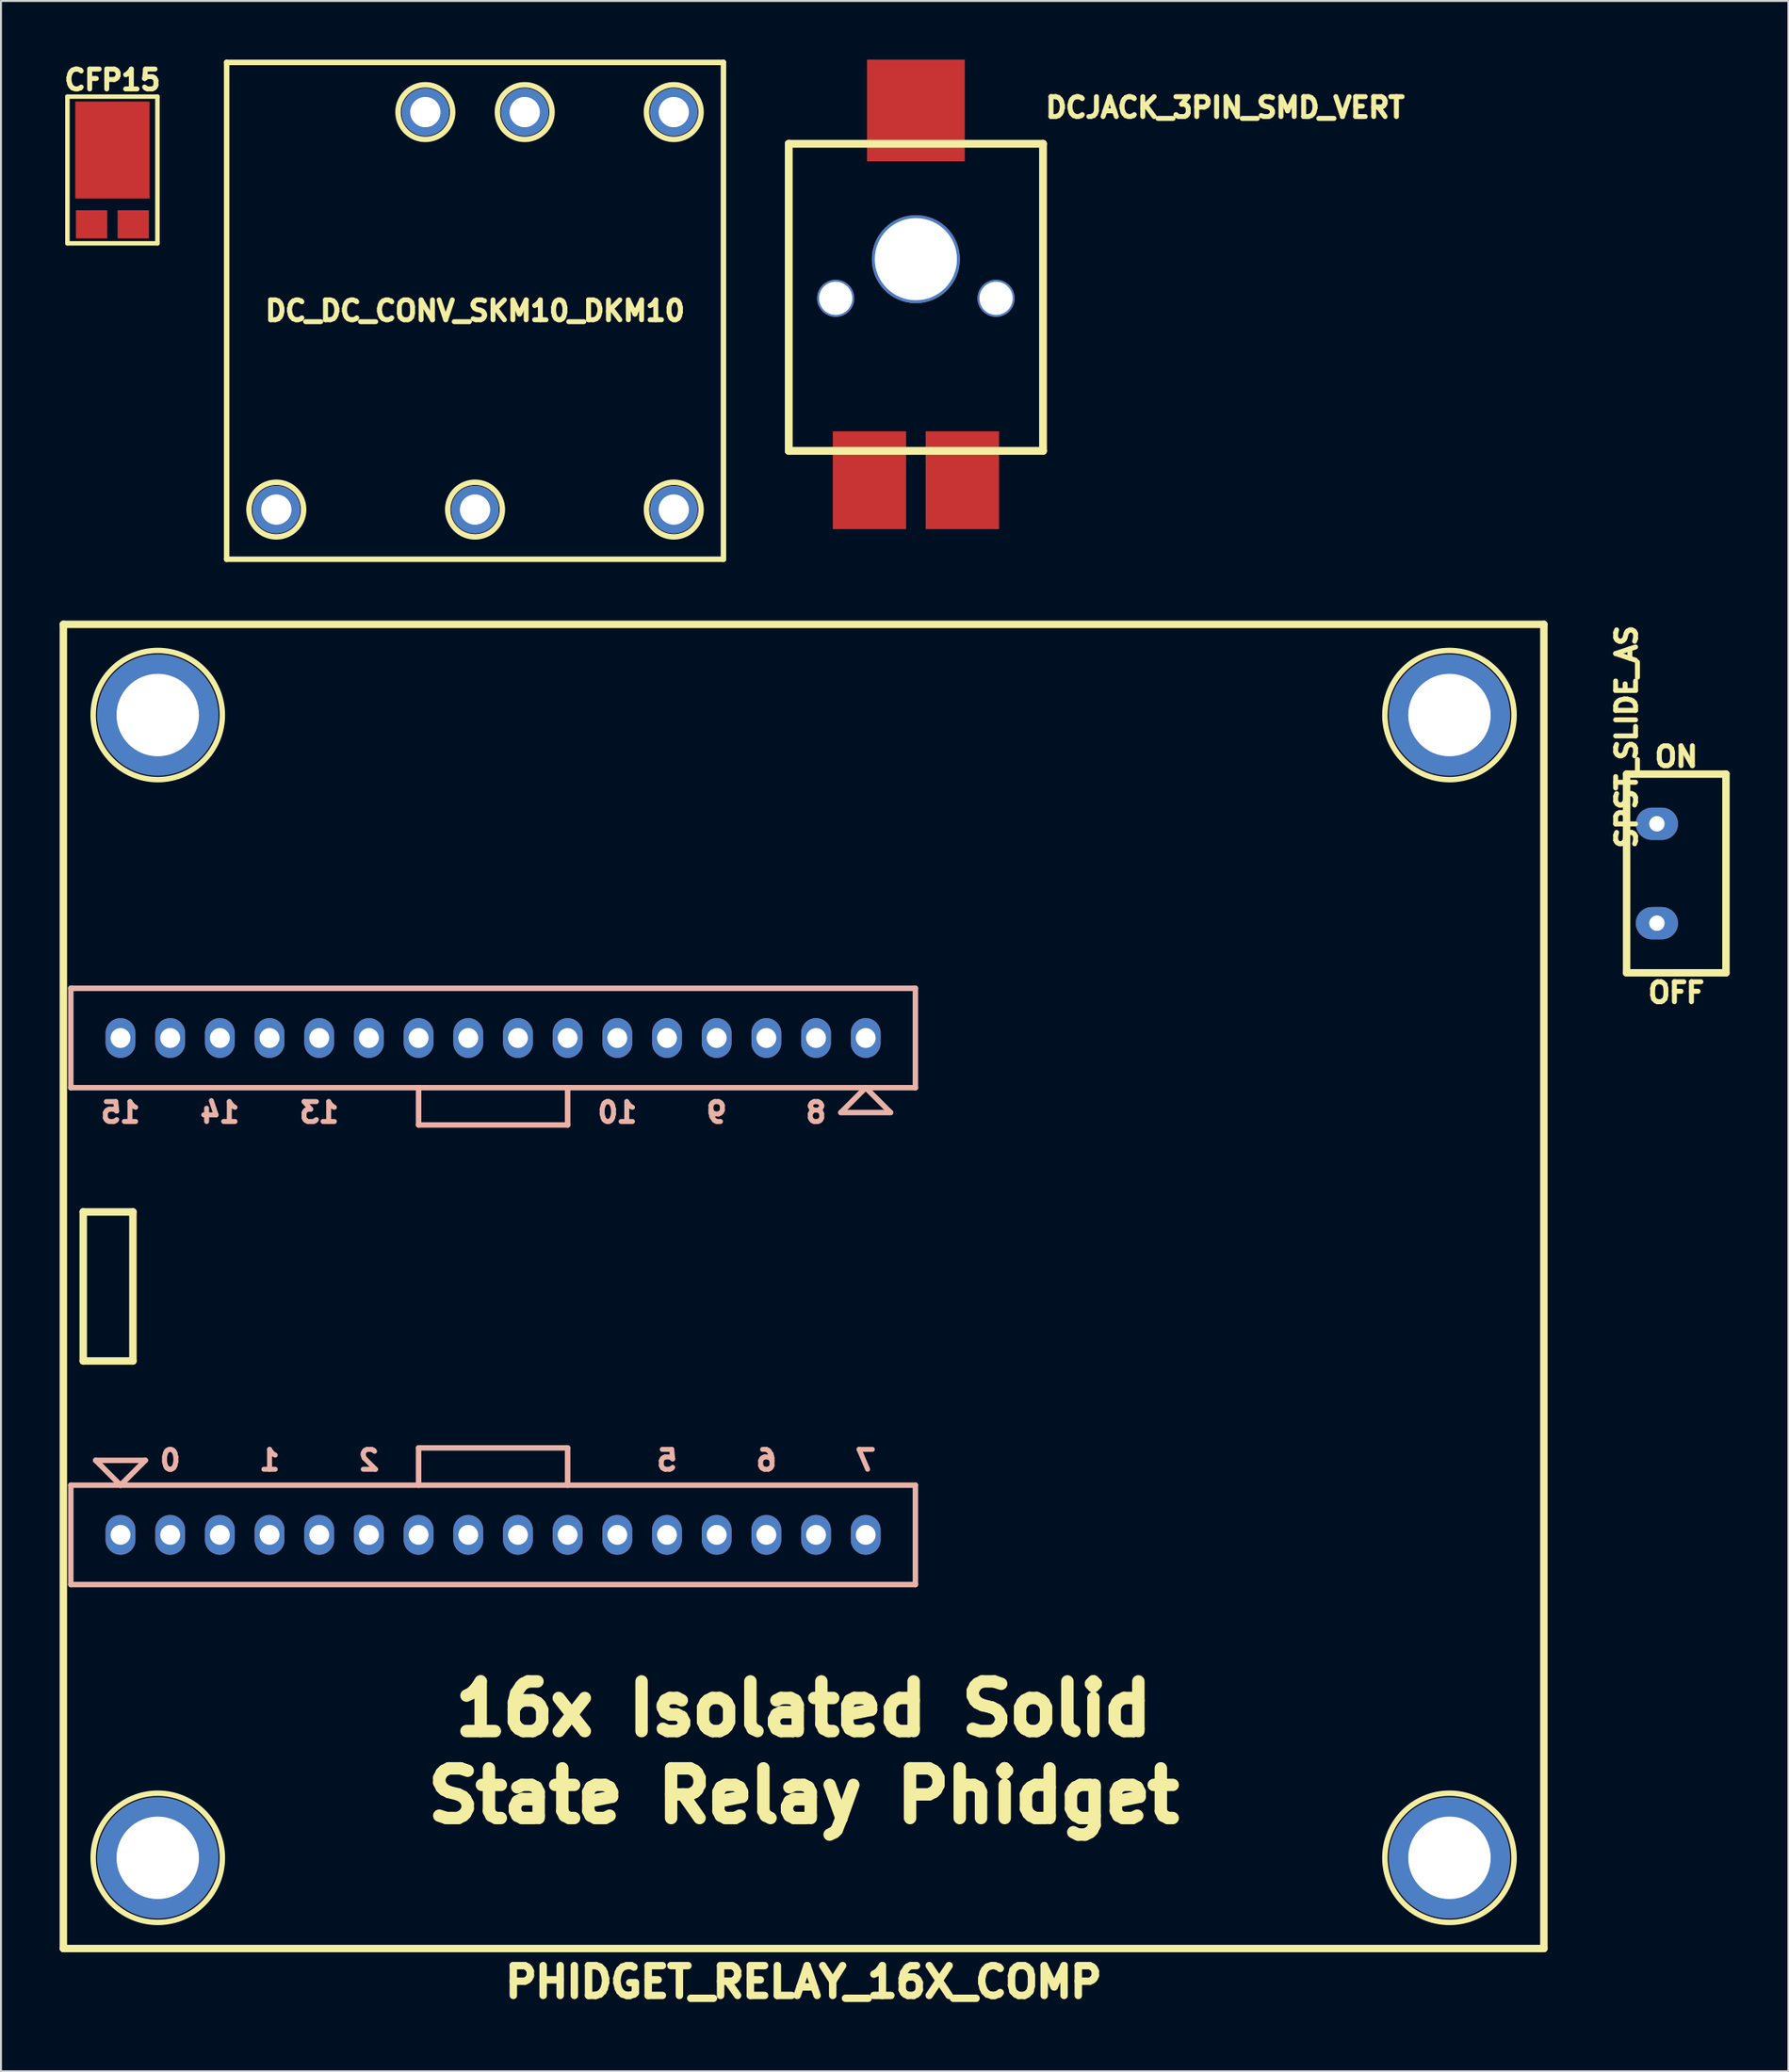
<source format=kicad_pcb>
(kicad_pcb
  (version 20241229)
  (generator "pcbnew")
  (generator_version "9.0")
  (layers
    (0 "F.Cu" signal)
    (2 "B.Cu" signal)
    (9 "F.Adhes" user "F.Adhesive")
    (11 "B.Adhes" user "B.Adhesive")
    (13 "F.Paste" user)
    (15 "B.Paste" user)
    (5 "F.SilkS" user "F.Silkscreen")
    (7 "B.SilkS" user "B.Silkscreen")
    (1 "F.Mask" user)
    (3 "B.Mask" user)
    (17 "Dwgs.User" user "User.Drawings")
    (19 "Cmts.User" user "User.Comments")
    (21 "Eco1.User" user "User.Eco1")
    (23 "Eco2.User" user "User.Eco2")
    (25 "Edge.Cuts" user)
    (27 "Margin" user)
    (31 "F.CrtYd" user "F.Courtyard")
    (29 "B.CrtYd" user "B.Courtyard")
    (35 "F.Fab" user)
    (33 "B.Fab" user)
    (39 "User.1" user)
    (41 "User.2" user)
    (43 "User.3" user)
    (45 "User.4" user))
  (footprint "DCJACK_3PIN_SMD_VERT"
    (layer "F.Cu")
    (at 43.776 10.2)
    (property "Reference" "DCJACK_3PIN_SMD_VERT" (at 6.5 -7.75 180) (layer "F.SilkS") (effects (font (size 1.016 1.016) (thickness 0.254)) (justify left)))
    (attr through_hole)
    (fp_line (start -6.5 -5.9) (end -6.5 9.8) (stroke (width 0.4) (type solid)) (layer "F.SilkS"))
    (fp_line (start -6.5 -5.9) (end 6.5 -5.9) (stroke (width 0.4) (type solid)) (layer "F.SilkS"))
    (fp_line (start -6.5 9.8) (end 6.5 9.8) (stroke (width 0.4) (type solid)) (layer "F.SilkS"))
    (fp_line (start 6.5 -5.9) (end 6.5 9.8) (stroke (width 0.4) (type solid)) (layer "F.SilkS"))
    (pad "" thru_hole circle (at -4.1 2) (size 1.9 1.9) (drill 1.7) (layers "*.Cu" "*.Mask"))
    (pad "" thru_hole circle (at 0 0) (size 4.5 4.5) (drill 4.2) (layers "*.Cu" "*.Mask"))
    (pad "" thru_hole circle (at 4.1 2) (size 1.9 1.9) (drill 1.7) (layers "*.Cu" "*.Mask"))
    (pad "1" smd rect (at 0 -7.6) (size 5 5.2) (layers "F.Cu" "F.Mask" "F.Paste"))
    (pad "2" smd rect (at -2.375 11.3) (size 3.75 5) (layers "F.Cu" "F.Mask" "F.Paste"))
    (pad "3" smd rect (at 2.375 11.3) (size 3.75 5) (layers "F.Cu" "F.Mask" "F.Paste")))
  (footprint "SPST_SLIDE_AS"
    (layer "F.Cu")
    (at 82.653 41.604)
    (property "Reference" "SPST_SLIDE_AS" (at -2.54 -6.985 90) (layer "F.SilkS") (effects (font (size 1.016 1.016) (thickness 0.254))))
    (attr through_hole)
    (fp_line (start -2.54 -5.08) (end 2.54 -5.08) (stroke (width 0.381) (type solid)) (layer "F.SilkS"))
    (fp_line (start -2.54 5.08) (end -2.54 -5.08) (stroke (width 0.381) (type solid)) (layer "F.SilkS"))
    (fp_line (start 2.54 -5.08) (end 2.54 5.08) (stroke (width 0.381) (type solid)) (layer "F.SilkS"))
    (fp_line (start 2.54 5.08) (end -2.54 5.08) (stroke (width 0.381) (type solid)) (layer "F.SilkS"))
    (fp_text user "OFF" (at 0 6.096 0) (layer "F.SilkS") (effects (font (size 1.016 1.016) (thickness 0.254))))
    (fp_text user "ON" (at 0 -5.969 0) (layer "F.SilkS") (effects (font (size 1.016 1.016) (thickness 0.254))))
    (pad "1" thru_hole oval (at -0.991 -2.54) (size 2.159 1.651) (drill 0.787) (layers "*.Cu" "*.Mask"))
    (pad "3" thru_hole oval (at -0.991 2.54) (size 2.159 1.651) (drill 0.787) (layers "*.Cu" "*.Mask")))
  (footprint "CFP15"
    (layer "F.Cu")
    (at 2.698 5.64)
    (property "Reference" "CFP15" (at 0 -4.6 180) (layer "F.SilkS") (effects (font (size 1.016 1.016) (thickness 0.254))))
    (attr through_hole)
    (fp_line (start -2.3 -3.75) (end 2.3 -3.75) (stroke (width 0.229) (type solid)) (layer "F.SilkS"))
    (fp_line (start -2.3 3.75) (end -2.3 -3.75) (stroke (width 0.229) (type solid)) (layer "F.SilkS"))
    (fp_line (start 2.3 -3.75) (end 2.3 3.75) (stroke (width 0.229) (type solid)) (layer "F.SilkS"))
    (fp_line (start 2.3 3.75) (end -2.3 3.75) (stroke (width 0.229) (type solid)) (layer "F.SilkS"))
    (pad "1" smd rect (at 0 -1.02 180) (size 3.8 4.96) (layers "F.Cu" "F.Mask" "F.Paste"))
    (pad "2" smd rect (at -1.065 2.78 180) (size 1.6 1.44) (layers "F.Cu" "F.Mask" "F.Paste"))
    (pad "2" smd rect (at 1.065 2.78 180) (size 1.6 1.44) (layers "F.Cu" "F.Mask" "F.Paste")))
  (footprint "PHIDGET_RELAY_16X_COMP"
    (layer "F.Cu")
    (at 38.036 62.715)
    (property "Reference" "PHIDGET_RELAY_16X_COMP" (at 0 35.56 180) (layer "F.SilkS") (effects (font (size 1.524 1.524) (thickness 0.381))))
    (attr through_hole)
    (fp_line (start -37.846 -33.846) (end -37.846 33.846) (stroke (width 0.381) (type solid)) (layer "F.SilkS"))
    (fp_line (start -37.846 33.846) (end 37.846 33.846) (stroke (width 0.381) (type solid)) (layer "F.SilkS"))
    (fp_line (start -36.83 -3.81) (end -36.83 3.81) (stroke (width 0.381) (type solid)) (layer "F.SilkS"))
    (fp_line (start -36.83 -3.81) (end -34.29 -3.81) (stroke (width 0.381) (type solid)) (layer "F.SilkS"))
    (fp_line (start -34.29 -3.81) (end -34.29 3.81) (stroke (width 0.381) (type solid)) (layer "F.SilkS"))
    (fp_line (start -34.29 3.81) (end -36.83 3.81) (stroke (width 0.381) (type solid)) (layer "F.SilkS"))
    (fp_line (start 37.846 -33.846) (end -37.846 -33.846) (stroke (width 0.381) (type solid)) (layer "F.SilkS"))
    (fp_line (start 37.846 -33.846) (end 37.846 33.846) (stroke (width 0.381) (type solid)) (layer "F.SilkS"))
    (fp_circle (center -33.02 -29.21) (end -29.718 -29.21) (stroke (width 0.279) (type solid)) (fill no) (layer "F.SilkS"))
    (fp_circle (center -33.02 29.21) (end -29.718 29.21) (stroke (width 0.279) (type solid)) (fill no) (layer "F.SilkS"))
    (fp_circle (center 33.02 -29.21) (end 36.322 -29.21) (stroke (width 0.279) (type solid)) (fill no) (layer "F.SilkS"))
    (fp_circle (center 33.02 29.21) (end 36.322 29.21) (stroke (width 0.279) (type solid)) (fill no) (layer "F.SilkS"))
    (fp_line (start -37.465 -15.24) (end 5.715 -15.24) (stroke (width 0.279) (type solid)) (layer "B.SilkS"))
    (fp_line (start -37.465 -10.16) (end -37.465 -15.24) (stroke (width 0.279) (type solid)) (layer "B.SilkS"))
    (fp_line (start -37.465 10.16) (end 5.715 10.16) (stroke (width 0.279) (type solid)) (layer "B.SilkS"))
    (fp_line (start -37.465 15.24) (end -37.465 10.16) (stroke (width 0.279) (type solid)) (layer "B.SilkS"))
    (fp_line (start -36.195 8.89) (end -34.925 10.16) (stroke (width 0.279) (type solid)) (layer "B.SilkS"))
    (fp_line (start -34.925 10.16) (end -33.655 8.89) (stroke (width 0.279) (type solid)) (layer "B.SilkS"))
    (fp_line (start -33.655 8.89) (end -36.195 8.89) (stroke (width 0.279) (type solid)) (layer "B.SilkS"))
    (fp_line (start -19.685 -8.255) (end -19.685 -10.16) (stroke (width 0.279) (type solid)) (layer "B.SilkS"))
    (fp_line (start -19.685 -8.255) (end -12.065 -8.255) (stroke (width 0.279) (type solid)) (layer "B.SilkS"))
    (fp_line (start -19.685 10.16) (end -19.685 8.255) (stroke (width 0.279) (type solid)) (layer "B.SilkS"))
    (fp_line (start -12.065 -10.16) (end -12.065 -8.255) (stroke (width 0.279) (type solid)) (layer "B.SilkS"))
    (fp_line (start -12.065 8.255) (end -19.685 8.255) (stroke (width 0.279) (type solid)) (layer "B.SilkS"))
    (fp_line (start -12.065 8.255) (end -12.065 10.16) (stroke (width 0.279) (type solid)) (layer "B.SilkS"))
    (fp_line (start 1.905 -8.89) (end 4.445 -8.89) (stroke (width 0.279) (type solid)) (layer "B.SilkS"))
    (fp_line (start 3.175 -10.16) (end 1.905 -8.89) (stroke (width 0.279) (type solid)) (layer "B.SilkS"))
    (fp_line (start 4.445 -8.89) (end 3.175 -10.16) (stroke (width 0.279) (type solid)) (layer "B.SilkS"))
    (fp_line (start 5.715 -15.24) (end 5.715 -10.16) (stroke (width 0.279) (type solid)) (layer "B.SilkS"))
    (fp_line (start 5.715 -10.16) (end -37.465 -10.16) (stroke (width 0.279) (type solid)) (layer "B.SilkS"))
    (fp_line (start 5.715 10.16) (end 5.715 15.24) (stroke (width 0.279) (type solid)) (layer "B.SilkS"))
    (fp_line (start 5.715 15.24) (end -37.465 15.24) (stroke (width 0.279) (type solid)) (layer "B.SilkS"))
    (fp_text user "16x Isolated Solid" (at 0 21.59 0) (layer "F.SilkS") (effects (font (size 2.54 2.54) (thickness 0.635))))
    (fp_text user "State Relay Phidget" (at 0 26.035 0) (layer "F.SilkS") (effects (font (size 2.54 2.54) (thickness 0.635))))
    (fp_text user "5" (at -6.985 8.89 180) (layer "B.SilkS") (effects (font (size 1.016 1.016) (thickness 0.254)) (justify mirror)))
    (fp_text user "14" (at -29.845 -8.89 0) (layer "B.SilkS") (effects (font (size 1.016 1.016) (thickness 0.254)) (justify mirror)))
    (fp_text user "13" (at -24.765 -8.89 0) (layer "B.SilkS") (effects (font (size 1.016 1.016) (thickness 0.254)) (justify mirror)))
    (fp_text user "7" (at 3.175 8.89 180) (layer "B.SilkS") (effects (font (size 1.016 1.016) (thickness 0.254)) (justify mirror)))
    (fp_text user "1" (at -27.305 8.89 180) (layer "B.SilkS") (effects (font (size 1.016 1.016) (thickness 0.254)) (justify mirror)))
    (fp_text user "0" (at -32.385 8.89 180) (layer "B.SilkS") (effects (font (size 1.016 1.016) (thickness 0.254)) (justify mirror)))
    (fp_text user "8" (at 0.635 -8.89 0) (layer "B.SilkS") (effects (font (size 1.016 1.016) (thickness 0.254)) (justify mirror)))
    (fp_text user "6" (at -1.905 8.89 180) (layer "B.SilkS") (effects (font (size 1.016 1.016) (thickness 0.254)) (justify mirror)))
    (fp_text user "9" (at -4.445 -8.89 0) (layer "B.SilkS") (effects (font (size 1.016 1.016) (thickness 0.254)) (justify mirror)))
    (fp_text user "15" (at -34.925 -8.89 0) (layer "B.SilkS") (effects (font (size 1.016 1.016) (thickness 0.254)) (justify mirror)))
    (fp_text user "2" (at -22.225 8.89 180) (layer "B.SilkS") (effects (font (size 1.016 1.016) (thickness 0.254)) (justify mirror)))
    (fp_text user "10" (at -9.525 -8.89 0) (layer "B.SilkS") (effects (font (size 1.016 1.016) (thickness 0.254)) (justify mirror)))
    (pad "" thru_hole circle (at -33.02 -29.21 270) (size 6.198 6.198) (drill 4.216) (layers "*.Cu" "*.Mask"))
    (pad "" thru_hole circle (at -33.02 29.21 270) (size 6.198 6.198) (drill 4.216) (layers "*.Cu" "*.Mask"))
    (pad "" thru_hole circle (at 33.02 -29.21 270) (size 6.198 6.198) (drill 4.216) (layers "*.Cu" "*.Mask"))
    (pad "" thru_hole circle (at 33.02 29.21 270) (size 6.198 6.198) (drill 4.216) (layers "*.Cu" "*.Mask"))
    (pad "1" thru_hole oval (at -34.925 12.7 180) (size 1.524 2.032) (drill 1.016) (layers "*.Cu" "*.Mask"))
    (pad "2" thru_hole oval (at -32.385 12.7 180) (size 1.524 2.032) (drill 1.016) (layers "*.Cu" "*.Mask"))
    (pad "3" thru_hole oval (at -29.845 12.7 180) (size 1.524 2.032) (drill 1.016) (layers "*.Cu" "*.Mask"))
    (pad "4" thru_hole oval (at -27.305 12.7 180) (size 1.524 2.032) (drill 1.016) (layers "*.Cu" "*.Mask"))
    (pad "5" thru_hole oval (at -24.765 12.7 180) (size 1.524 2.032) (drill 1.016) (layers "*.Cu" "*.Mask"))
    (pad "6" thru_hole oval (at -22.225 12.7 180) (size 1.524 2.032) (drill 1.016) (layers "*.Cu" "*.Mask"))
    (pad "7" thru_hole oval (at -19.685 12.7 180) (size 1.524 2.032) (drill 1.016) (layers "*.Cu" "*.Mask"))
    (pad "8" thru_hole oval (at -17.145 12.7 180) (size 1.524 2.032) (drill 1.016) (layers "*.Cu" "*.Mask"))
    (pad "9" thru_hole oval (at -14.605 12.7 180) (size 1.524 2.032) (drill 1.016) (layers "*.Cu" "*.Mask"))
    (pad "10" thru_hole oval (at -12.065 12.7 180) (size 1.524 2.032) (drill 1.016) (layers "*.Cu" "*.Mask"))
    (pad "11" thru_hole oval (at -9.525 12.7 180) (size 1.524 2.032) (drill 1.016) (layers "*.Cu" "*.Mask"))
    (pad "12" thru_hole oval (at -6.985 12.7 180) (size 1.524 2.032) (drill 1.016) (layers "*.Cu" "*.Mask"))
    (pad "13" thru_hole oval (at -4.445 12.7 180) (size 1.524 2.032) (drill 1.016) (layers "*.Cu" "*.Mask"))
    (pad "14" thru_hole oval (at -1.905 12.7 180) (size 1.524 2.032) (drill 1.016) (layers "*.Cu" "*.Mask"))
    (pad "15" thru_hole oval (at 0.635 12.7 180) (size 1.524 2.032) (drill 1.016) (layers "*.Cu" "*.Mask"))
    (pad "16" thru_hole oval (at 3.175 12.7 180) (size 1.524 2.032) (drill 1.016) (layers "*.Cu" "*.Mask"))
    (pad "17" thru_hole oval (at 3.175 -12.7) (size 1.524 2.032) (drill 1.016) (layers "*.Cu" "*.Mask"))
    (pad "18" thru_hole oval (at 0.635 -12.7) (size 1.524 2.032) (drill 1.016) (layers "*.Cu" "*.Mask"))
    (pad "19" thru_hole oval (at -1.905 -12.7) (size 1.524 2.032) (drill 1.016) (layers "*.Cu" "*.Mask"))
    (pad "20" thru_hole oval (at -4.445 -12.7) (size 1.524 2.032) (drill 1.016) (layers "*.Cu" "*.Mask"))
    (pad "21" thru_hole oval (at -6.985 -12.7) (size 1.524 2.032) (drill 1.016) (layers "*.Cu" "*.Mask"))
    (pad "22" thru_hole oval (at -9.525 -12.7) (size 1.524 2.032) (drill 1.016) (layers "*.Cu" "*.Mask"))
    (pad "23" thru_hole oval (at -12.065 -12.7) (size 1.524 2.032) (drill 1.016) (layers "*.Cu" "*.Mask"))
    (pad "24" thru_hole oval (at -14.605 -12.7) (size 1.524 2.032) (drill 1.016) (layers "*.Cu" "*.Mask"))
    (pad "25" thru_hole oval (at -17.145 -12.7) (size 1.524 2.032) (drill 1.016) (layers "*.Cu" "*.Mask"))
    (pad "26" thru_hole oval (at -19.685 -12.7) (size 1.524 2.032) (drill 1.016) (layers "*.Cu" "*.Mask"))
    (pad "27" thru_hole oval (at -22.225 -12.7) (size 1.524 2.032) (drill 1.016) (layers "*.Cu" "*.Mask"))
    (pad "28" thru_hole oval (at -24.765 -12.7) (size 1.524 2.032) (drill 1.016) (layers "*.Cu" "*.Mask"))
    (pad "29" thru_hole oval (at -27.305 -12.7) (size 1.524 2.032) (drill 1.016) (layers "*.Cu" "*.Mask"))
    (pad "30" thru_hole oval (at -29.845 -12.7) (size 1.524 2.032) (drill 1.016) (layers "*.Cu" "*.Mask"))
    (pad "31" thru_hole oval (at -32.385 -12.7) (size 1.524 2.032) (drill 1.016) (layers "*.Cu" "*.Mask"))
    (pad "32" thru_hole oval (at -34.925 -12.7) (size 1.524 2.032) (drill 1.016) (layers "*.Cu" "*.Mask")))
  (footprint "DC_DC_CONV_SKM10_DKM10"
    (layer "F.Cu")
    (at 21.237 12.84)
    (property "Reference" "DC_DC_CONV_SKM10_DKM10" (at 0 0 0) (layer "F.SilkS") (effects (font (size 1.016 1.016) (thickness 0.254))))
    (attr through_hole)
    (fp_line (start -12.7 -12.7) (end -12.7 12.7) (stroke (width 0.279) (type solid)) (layer "F.SilkS"))
    (fp_line (start -12.7 12.7) (end 12.7 12.7) (stroke (width 0.279) (type solid)) (layer "F.SilkS"))
    (fp_line (start 12.7 -12.7) (end -12.7 -12.7) (stroke (width 0.279) (type solid)) (layer "F.SilkS"))
    (fp_line (start 12.7 12.7) (end 12.7 -12.7) (stroke (width 0.279) (type solid)) (layer "F.SilkS"))
    (fp_circle (center -10.16 10.16) (end -8.763 10.16) (stroke (width 0.279) (type solid)) (fill no) (layer "F.SilkS"))
    (fp_circle (center -2.54 -10.16) (end -1.143 -10.16) (stroke (width 0.279) (type solid)) (fill no) (layer "F.SilkS"))
    (fp_circle (center 0 10.16) (end 1.397 10.16) (stroke (width 0.279) (type solid)) (fill no) (layer "F.SilkS"))
    (fp_circle (center 2.54 -10.16) (end 3.937 -10.16) (stroke (width 0.279) (type solid)) (fill no) (layer "F.SilkS"))
    (fp_circle (center 10.16 -10.16) (end 11.557 -10.16) (stroke (width 0.279) (type solid)) (fill no) (layer "F.SilkS"))
    (fp_circle (center 10.16 10.16) (end 11.557 10.16) (stroke (width 0.279) (type solid)) (fill no) (layer "F.SilkS"))
    (pad "1" thru_hole circle (at -2.54 -10.16) (size 2.438 2.438) (drill 1.549) (layers "*.Cu" "*.Mask"))
    (pad "2" thru_hole circle (at 2.54 -10.16) (size 2.438 2.438) (drill 1.549) (layers "*.Cu" "*.Mask"))
    (pad "3" thru_hole circle (at -10.16 10.16) (size 2.438 2.438) (drill 1.549) (layers "*.Cu" "*.Mask"))
    (pad "4" thru_hole circle (at 0 10.16) (size 2.438 2.438) (drill 1.549) (layers "*.Cu" "*.Mask"))
    (pad "5" thru_hole circle (at 10.16 10.16) (size 2.438 2.438) (drill 1.549) (layers "*.Cu" "*.Mask"))
    (pad "6" thru_hole circle (at 10.16 -10.16) (size 2.438 2.438) (drill 1.549) (layers "*.Cu" "*.Mask")))
  (gr_rect
    (start -3 -3)
    (end 88.384 102.836)
    (stroke (width 0.1) (type default))
    (fill no)
    (layer "Edge.Cuts")))
</source>
